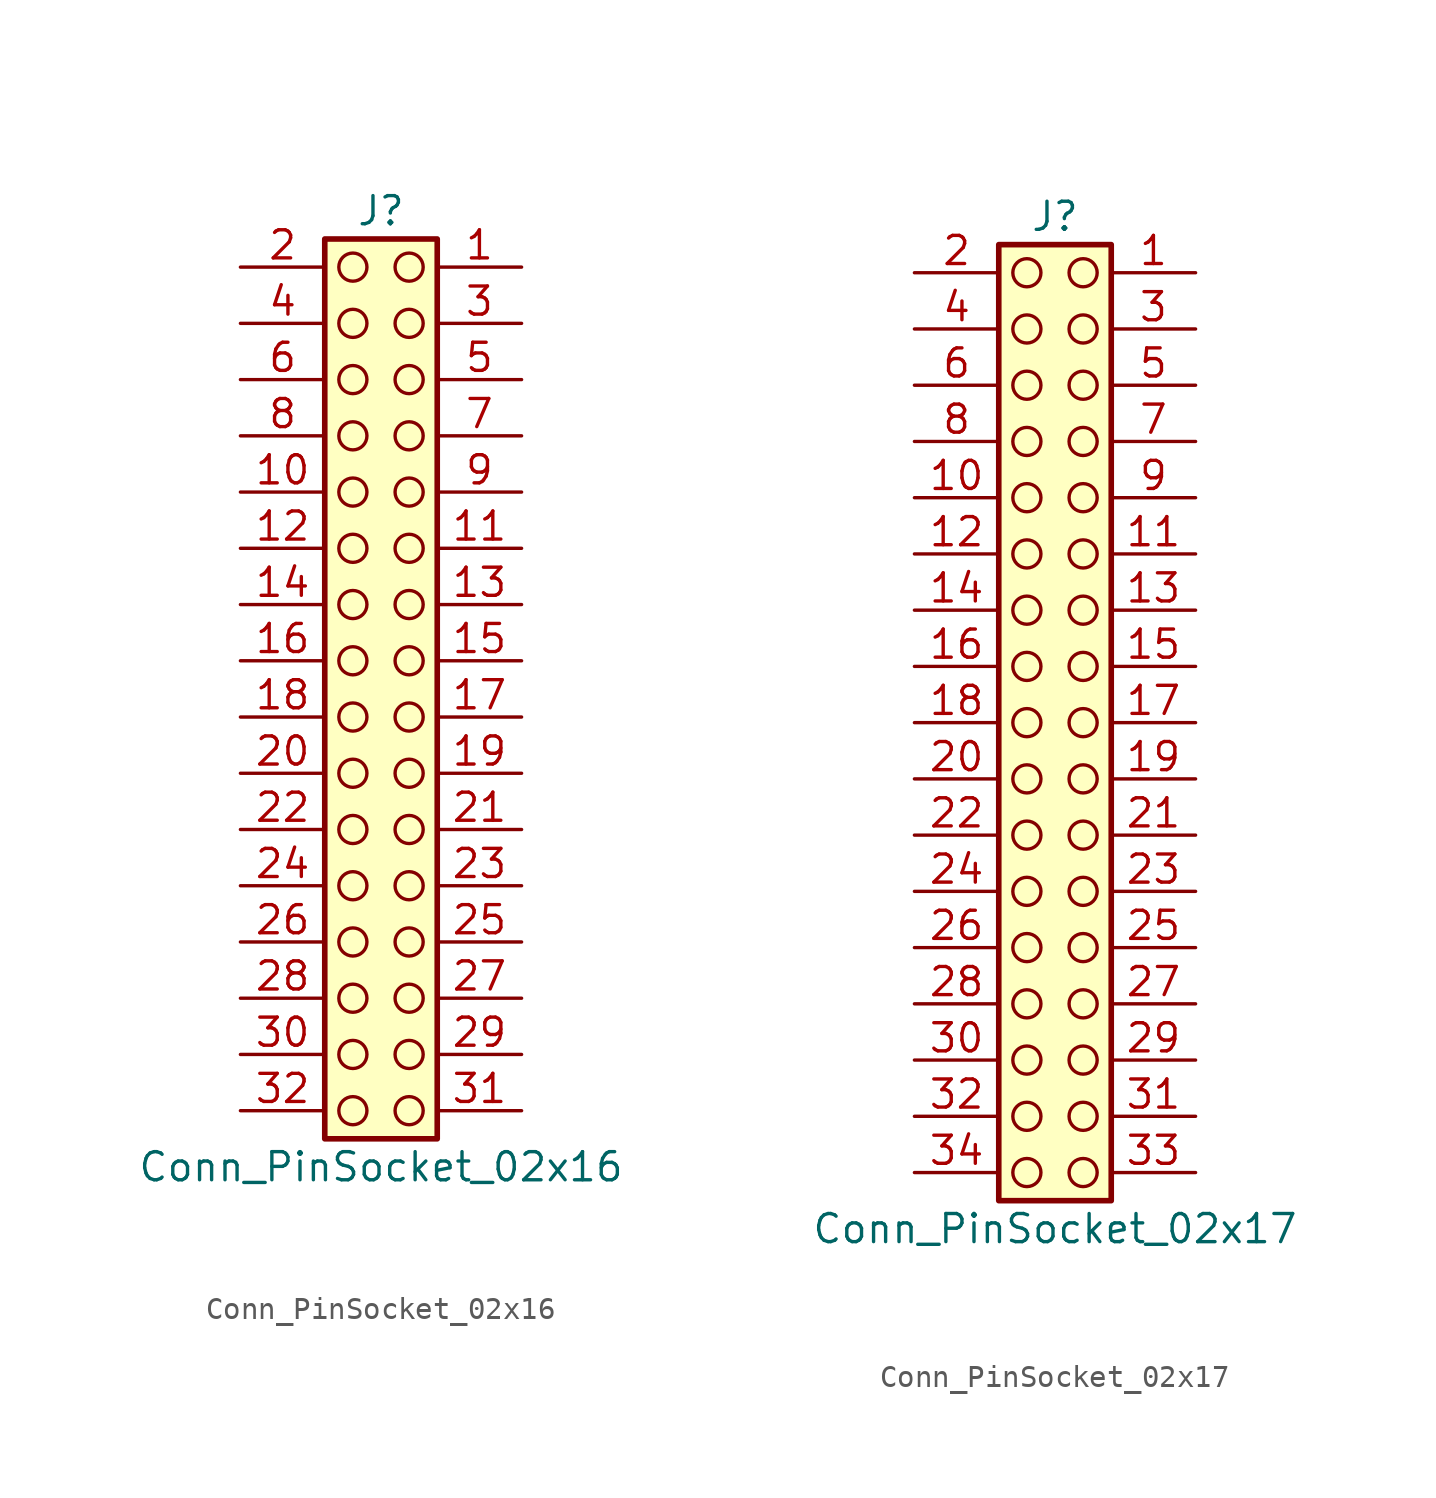
<source format=kicad_sym>
(kicad_symbol_lib
  (version 20241209)
  (generator "kicad_symbol_editor")
  (generator_version "9.0")
  (symbol "Conn_PinSocket_02x16"
    (pin_names
      (offset 1.016)
      (hide yes))
    (property "Reference" "J"
      (at 1.27 20.32 0)
      (effects (font (size 1.27 1.27))))
    (property "Value" "Conn_PinSocket_02x16"
      (at 1.27 -22.86 0)
      (effects (font (size 1.27 1.27))))
    (symbol "Conn_PinSocket_02x16_1_1"
      (rectangle (start -1.27 19.05) (end 3.81 -21.59) (stroke (width 0.254) (type default)) (fill (type background)))
      (circle (center 0 17.78) (radius 0.635) (stroke (width 0) (type solid) (color 132 0 0 1)) (fill (type none)))
      (circle (center 0 15.24) (radius 0.635) (stroke (width 0) (type solid) (color 132 0 0 1)) (fill (type none)))
      (circle (center 0 12.7) (radius 0.635) (stroke (width 0) (type solid) (color 132 0 0 1)) (fill (type none)))
      (circle (center 0 10.16) (radius 0.635) (stroke (width 0) (type solid) (color 132 0 0 1)) (fill (type none)))
      (circle (center 0 7.62) (radius 0.635) (stroke (width 0) (type solid) (color 132 0 0 1)) (fill (type none)))
      (circle (center 0 5.08) (radius 0.635) (stroke (width 0) (type solid) (color 132 0 0 1)) (fill (type none)))
      (circle (center 0 2.54) (radius 0.635) (stroke (width 0) (type solid) (color 132 0 0 1)) (fill (type none)))
      (circle (center 0 0) (radius 0.635) (stroke (width 0) (type solid) (color 132 0 0 1)) (fill (type none)))
      (circle (center 0 -2.54) (radius 0.635) (stroke (width 0) (type solid) (color 132 0 0 1)) (fill (type none)))
      (circle (center 0 -5.08) (radius 0.635) (stroke (width 0) (type solid) (color 132 0 0 1)) (fill (type none)))
      (circle (center 0 -7.62) (radius 0.635) (stroke (width 0) (type solid) (color 132 0 0 1)) (fill (type none)))
      (circle (center 0 -10.16) (radius 0.635) (stroke (width 0) (type solid) (color 132 0 0 1)) (fill (type none)))
      (circle (center 0 -12.7) (radius 0.635) (stroke (width 0) (type solid) (color 132 0 0 1)) (fill (type none)))
      (circle (center 0 -15.24) (radius 0.635) (stroke (width 0) (type solid) (color 132 0 0 1)) (fill (type none)))
      (circle (center 0 -17.78) (radius 0.635) (stroke (width 0) (type solid) (color 132 0 0 1)) (fill (type none)))
      (circle (center 0 -20.32) (radius 0.635) (stroke (width 0) (type solid) (color 132 0 0 1)) (fill (type none)))
      (circle (center 2.54 17.78) (radius 0.635) (stroke (width 0) (type solid) (color 132 0 0 1)) (fill (type none)))
      (circle (center 2.54 15.24) (radius 0.635) (stroke (width 0) (type solid) (color 132 0 0 1)) (fill (type none)))
      (circle (center 2.54 12.7) (radius 0.635) (stroke (width 0) (type solid) (color 132 0 0 1)) (fill (type none)))
      (circle (center 2.54 10.16) (radius 0.635) (stroke (width 0) (type solid) (color 132 0 0 1)) (fill (type none)))
      (circle (center 2.54 7.62) (radius 0.635) (stroke (width 0) (type solid) (color 132 0 0 1)) (fill (type none)))
      (circle (center 2.54 5.08) (radius 0.635) (stroke (width 0) (type solid) (color 132 0 0 1)) (fill (type none)))
      (circle (center 2.54 2.54) (radius 0.635) (stroke (width 0) (type solid) (color 132 0 0 1)) (fill (type none)))
      (circle (center 2.54 0) (radius 0.635) (stroke (width 0) (type solid) (color 132 0 0 1)) (fill (type none)))
      (circle (center 2.54 -2.54) (radius 0.635) (stroke (width 0) (type solid) (color 132 0 0 1)) (fill (type none)))
      (circle (center 2.54 -5.08) (radius 0.635) (stroke (width 0) (type solid) (color 132 0 0 1)) (fill (type none)))
      (circle (center 2.54 -7.62) (radius 0.635) (stroke (width 0) (type solid) (color 132 0 0 1)) (fill (type none)))
      (circle (center 2.54 -10.16) (radius 0.635) (stroke (width 0) (type solid) (color 132 0 0 1)) (fill (type none)))
      (circle (center 2.54 -12.7) (radius 0.635) (stroke (width 0) (type solid) (color 132 0 0 1)) (fill (type none)))
      (circle (center 2.54 -15.24) (radius 0.635) (stroke (width 0) (type solid) (color 132 0 0 1)) (fill (type none)))
      (circle (center 2.54 -17.78) (radius 0.635) (stroke (width 0) (type solid) (color 132 0 0 1)) (fill (type none)))
      (circle (center 2.54 -20.32) (radius 0.635) (stroke (width 0) (type solid) (color 132 0 0 1)) (fill (type none)))
      (pin passive line (at -5.08 17.78 0) (length 3.81) (name "Pin_2" (effects (font (size 1.27 1.27)))) (number "2" (effects (font (size 1.27 1.27)))))
      (pin passive line (at -5.08 15.24 0) (length 3.81) (name "Pin_4" (effects (font (size 1.27 1.27)))) (number "4" (effects (font (size 1.27 1.27)))))
      (pin passive line (at -5.08 12.7 0) (length 3.81) (name "Pin_6" (effects (font (size 1.27 1.27)))) (number "6" (effects (font (size 1.27 1.27)))))
      (pin passive line (at -5.08 10.16 0) (length 3.81) (name "Pin_8" (effects (font (size 1.27 1.27)))) (number "8" (effects (font (size 1.27 1.27)))))
      (pin passive line (at -5.08 7.62 0) (length 3.81) (name "Pin_10" (effects (font (size 1.27 1.27)))) (number "10" (effects (font (size 1.27 1.27)))))
      (pin passive line (at -5.08 5.08 0) (length 3.81) (name "Pin_12" (effects (font (size 1.27 1.27)))) (number "12" (effects (font (size 1.27 1.27)))))
      (pin passive line (at -5.08 2.54 0) (length 3.81) (name "Pin_14" (effects (font (size 1.27 1.27)))) (number "14" (effects (font (size 1.27 1.27)))))
      (pin passive line (at -5.08 0 0) (length 3.81) (name "Pin_16" (effects (font (size 1.27 1.27)))) (number "16" (effects (font (size 1.27 1.27)))))
      (pin passive line (at -5.08 -2.54 0) (length 3.81) (name "Pin_18" (effects (font (size 1.27 1.27)))) (number "18" (effects (font (size 1.27 1.27)))))
      (pin passive line (at -5.08 -5.08 0) (length 3.81) (name "Pin_20" (effects (font (size 1.27 1.27)))) (number "20" (effects (font (size 1.27 1.27)))))
      (pin passive line (at -5.08 -7.62 0) (length 3.81) (name "Pin_22" (effects (font (size 1.27 1.27)))) (number "22" (effects (font (size 1.27 1.27)))))
      (pin passive line (at -5.08 -10.16 0) (length 3.81) (name "Pin_24" (effects (font (size 1.27 1.27)))) (number "24" (effects (font (size 1.27 1.27)))))
      (pin passive line (at -5.08 -12.7 0) (length 3.81) (name "Pin_26" (effects (font (size 1.27 1.27)))) (number "26" (effects (font (size 1.27 1.27)))))
      (pin passive line (at -5.08 -15.24 0) (length 3.81) (name "Pin_28" (effects (font (size 1.27 1.27)))) (number "28" (effects (font (size 1.27 1.27)))))
      (pin passive line (at -5.08 -17.78 0) (length 3.81) (name "Pin_30" (effects (font (size 1.27 1.27)))) (number "30" (effects (font (size 1.27 1.27)))))
      (pin passive line (at -5.08 -20.32 0) (length 3.81) (name "Pin_32" (effects (font (size 1.27 1.27)))) (number "32" (effects (font (size 1.27 1.27)))))
      (pin passive line (at 7.62 17.78 180) (length 3.81) (name "Pin_1" (effects (font (size 1.27 1.27)))) (number "1" (effects (font (size 1.27 1.27)))))
      (pin passive line (at 7.62 15.24 180) (length 3.81) (name "Pin_3" (effects (font (size 1.27 1.27)))) (number "3" (effects (font (size 1.27 1.27)))))
      (pin passive line (at 7.62 12.7 180) (length 3.81) (name "Pin_5" (effects (font (size 1.27 1.27)))) (number "5" (effects (font (size 1.27 1.27)))))
      (pin passive line (at 7.62 10.16 180) (length 3.81) (name "Pin_7" (effects (font (size 1.27 1.27)))) (number "7" (effects (font (size 1.27 1.27)))))
      (pin passive line (at 7.62 7.62 180) (length 3.81) (name "Pin_9" (effects (font (size 1.27 1.27)))) (number "9" (effects (font (size 1.27 1.27)))))
      (pin passive line (at 7.62 5.08 180) (length 3.81) (name "Pin_11" (effects (font (size 1.27 1.27)))) (number "11" (effects (font (size 1.27 1.27)))))
      (pin passive line (at 7.62 2.54 180) (length 3.81) (name "Pin_13" (effects (font (size 1.27 1.27)))) (number "13" (effects (font (size 1.27 1.27)))))
      (pin passive line (at 7.62 0 180) (length 3.81) (name "Pin_15" (effects (font (size 1.27 1.27)))) (number "15" (effects (font (size 1.27 1.27)))))
      (pin passive line (at 7.62 -2.54 180) (length 3.81) (name "Pin_17" (effects (font (size 1.27 1.27)))) (number "17" (effects (font (size 1.27 1.27)))))
      (pin passive line (at 7.62 -5.08 180) (length 3.81) (name "Pin_19" (effects (font (size 1.27 1.27)))) (number "19" (effects (font (size 1.27 1.27)))))
      (pin passive line (at 7.62 -7.62 180) (length 3.81) (name "Pin_21" (effects (font (size 1.27 1.27)))) (number "21" (effects (font (size 1.27 1.27)))))
      (pin passive line (at 7.62 -10.16 180) (length 3.81) (name "Pin_23" (effects (font (size 1.27 1.27)))) (number "23" (effects (font (size 1.27 1.27)))))
      (pin passive line (at 7.62 -12.7 180) (length 3.81) (name "Pin_25" (effects (font (size 1.27 1.27)))) (number "25" (effects (font (size 1.27 1.27)))))
      (pin passive line (at 7.62 -15.24 180) (length 3.81) (name "Pin_27" (effects (font (size 1.27 1.27)))) (number "27" (effects (font (size 1.27 1.27)))))
      (pin passive line (at 7.62 -17.78 180) (length 3.81) (name "Pin_29" (effects (font (size 1.27 1.27)))) (number "29" (effects (font (size 1.27 1.27)))))
      (pin passive line (at 7.62 -20.32 180) (length 3.81) (name "Pin_31" (effects (font (size 1.27 1.27)))) (number "31" (effects (font (size 1.27 1.27)))))))
  (symbol "Conn_PinSocket_02x17"
    (pin_names
      (offset 1.016)
      (hide yes))
    (property "Reference" "J"
      (at 1.27 22.86 0)
      (effects (font (size 1.27 1.27))))
    (property "Value" "Conn_PinSocket_02x17"
      (at 1.27 -22.86 0)
      (effects (font (size 1.27 1.27))))
    (symbol "Conn_PinSocket_02x17_1_1"
      (rectangle (start -1.27 21.59) (end 3.81 -21.59) (stroke (width 0.254) (type default)) (fill (type background)))
      (circle (center 0 20.32) (radius 0.635) (stroke (width 0) (type solid) (color 132 0 0 1)) (fill (type none)))
      (circle (center 0 17.78) (radius 0.635) (stroke (width 0) (type solid) (color 132 0 0 1)) (fill (type none)))
      (circle (center 0 15.24) (radius 0.635) (stroke (width 0) (type solid) (color 132 0 0 1)) (fill (type none)))
      (circle (center 0 12.7) (radius 0.635) (stroke (width 0) (type solid) (color 132 0 0 1)) (fill (type none)))
      (circle (center 0 10.16) (radius 0.635) (stroke (width 0) (type solid) (color 132 0 0 1)) (fill (type none)))
      (circle (center 0 7.62) (radius 0.635) (stroke (width 0) (type solid) (color 132 0 0 1)) (fill (type none)))
      (circle (center 0 5.08) (radius 0.635) (stroke (width 0) (type solid) (color 132 0 0 1)) (fill (type none)))
      (circle (center 0 2.54) (radius 0.635) (stroke (width 0) (type solid) (color 132 0 0 1)) (fill (type none)))
      (circle (center 0 0) (radius 0.635) (stroke (width 0) (type solid) (color 132 0 0 1)) (fill (type none)))
      (circle (center 0 -2.54) (radius 0.635) (stroke (width 0) (type solid) (color 132 0 0 1)) (fill (type none)))
      (circle (center 0 -5.08) (radius 0.635) (stroke (width 0) (type solid) (color 132 0 0 1)) (fill (type none)))
      (circle (center 0 -7.62) (radius 0.635) (stroke (width 0) (type solid) (color 132 0 0 1)) (fill (type none)))
      (circle (center 0 -10.16) (radius 0.635) (stroke (width 0) (type solid) (color 132 0 0 1)) (fill (type none)))
      (circle (center 0 -12.7) (radius 0.635) (stroke (width 0) (type solid) (color 132 0 0 1)) (fill (type none)))
      (circle (center 0 -15.24) (radius 0.635) (stroke (width 0) (type solid) (color 132 0 0 1)) (fill (type none)))
      (circle (center 0 -17.78) (radius 0.635) (stroke (width 0) (type solid) (color 132 0 0 1)) (fill (type none)))
      (circle (center 0 -20.32) (radius 0.635) (stroke (width 0) (type solid) (color 132 0 0 1)) (fill (type none)))
      (circle (center 2.54 20.32) (radius 0.635) (stroke (width 0) (type solid) (color 132 0 0 1)) (fill (type none)))
      (circle (center 2.54 17.78) (radius 0.635) (stroke (width 0) (type solid) (color 132 0 0 1)) (fill (type none)))
      (circle (center 2.54 15.24) (radius 0.635) (stroke (width 0) (type solid) (color 132 0 0 1)) (fill (type none)))
      (circle (center 2.54 12.7) (radius 0.635) (stroke (width 0) (type solid) (color 132 0 0 1)) (fill (type none)))
      (circle (center 2.54 10.16) (radius 0.635) (stroke (width 0) (type solid) (color 132 0 0 1)) (fill (type none)))
      (circle (center 2.54 7.62) (radius 0.635) (stroke (width 0) (type solid) (color 132 0 0 1)) (fill (type none)))
      (circle (center 2.54 5.08) (radius 0.635) (stroke (width 0) (type solid) (color 132 0 0 1)) (fill (type none)))
      (circle (center 2.54 2.54) (radius 0.635) (stroke (width 0) (type solid) (color 132 0 0 1)) (fill (type none)))
      (circle (center 2.54 0) (radius 0.635) (stroke (width 0) (type solid) (color 132 0 0 1)) (fill (type none)))
      (circle (center 2.54 -2.54) (radius 0.635) (stroke (width 0) (type solid) (color 132 0 0 1)) (fill (type none)))
      (circle (center 2.54 -5.08) (radius 0.635) (stroke (width 0) (type solid) (color 132 0 0 1)) (fill (type none)))
      (circle (center 2.54 -7.62) (radius 0.635) (stroke (width 0) (type solid) (color 132 0 0 1)) (fill (type none)))
      (circle (center 2.54 -10.16) (radius 0.635) (stroke (width 0) (type solid) (color 132 0 0 1)) (fill (type none)))
      (circle (center 2.54 -12.7) (radius 0.635) (stroke (width 0) (type solid) (color 132 0 0 1)) (fill (type none)))
      (circle (center 2.54 -15.24) (radius 0.635) (stroke (width 0) (type solid) (color 132 0 0 1)) (fill (type none)))
      (circle (center 2.54 -17.78) (radius 0.635) (stroke (width 0) (type solid) (color 132 0 0 1)) (fill (type none)))
      (circle (center 2.54 -20.32) (radius 0.635) (stroke (width 0) (type solid) (color 132 0 0 1)) (fill (type none)))
      (pin passive line (at -5.08 20.32 0) (length 3.81) (name "Pin_2" (effects (font (size 1.27 1.27)))) (number "2" (effects (font (size 1.27 1.27)))))
      (pin passive line (at -5.08 17.78 0) (length 3.81) (name "Pin_4" (effects (font (size 1.27 1.27)))) (number "4" (effects (font (size 1.27 1.27)))))
      (pin passive line (at -5.08 15.24 0) (length 3.81) (name "Pin_6" (effects (font (size 1.27 1.27)))) (number "6" (effects (font (size 1.27 1.27)))))
      (pin passive line (at -5.08 12.7 0) (length 3.81) (name "Pin_8" (effects (font (size 1.27 1.27)))) (number "8" (effects (font (size 1.27 1.27)))))
      (pin passive line (at -5.08 10.16 0) (length 3.81) (name "Pin_10" (effects (font (size 1.27 1.27)))) (number "10" (effects (font (size 1.27 1.27)))))
      (pin passive line (at -5.08 7.62 0) (length 3.81) (name "Pin_12" (effects (font (size 1.27 1.27)))) (number "12" (effects (font (size 1.27 1.27)))))
      (pin passive line (at -5.08 5.08 0) (length 3.81) (name "Pin_14" (effects (font (size 1.27 1.27)))) (number "14" (effects (font (size 1.27 1.27)))))
      (pin passive line (at -5.08 2.54 0) (length 3.81) (name "Pin_16" (effects (font (size 1.27 1.27)))) (number "16" (effects (font (size 1.27 1.27)))))
      (pin passive line (at -5.08 0 0) (length 3.81) (name "Pin_18" (effects (font (size 1.27 1.27)))) (number "18" (effects (font (size 1.27 1.27)))))
      (pin passive line (at -5.08 -2.54 0) (length 3.81) (name "Pin_20" (effects (font (size 1.27 1.27)))) (number "20" (effects (font (size 1.27 1.27)))))
      (pin passive line (at -5.08 -5.08 0) (length 3.81) (name "Pin_22" (effects (font (size 1.27 1.27)))) (number "22" (effects (font (size 1.27 1.27)))))
      (pin passive line (at -5.08 -7.62 0) (length 3.81) (name "Pin_24" (effects (font (size 1.27 1.27)))) (number "24" (effects (font (size 1.27 1.27)))))
      (pin passive line (at -5.08 -10.16 0) (length 3.81) (name "Pin_26" (effects (font (size 1.27 1.27)))) (number "26" (effects (font (size 1.27 1.27)))))
      (pin passive line (at -5.08 -12.7 0) (length 3.81) (name "Pin_28" (effects (font (size 1.27 1.27)))) (number "28" (effects (font (size 1.27 1.27)))))
      (pin passive line (at -5.08 -15.24 0) (length 3.81) (name "Pin_30" (effects (font (size 1.27 1.27)))) (number "30" (effects (font (size 1.27 1.27)))))
      (pin passive line (at -5.08 -17.78 0) (length 3.81) (name "Pin_32" (effects (font (size 1.27 1.27)))) (number "32" (effects (font (size 1.27 1.27)))))
      (pin passive line (at -5.08 -20.32 0) (length 3.81) (name "Pin_34" (effects (font (size 1.27 1.27)))) (number "34" (effects (font (size 1.27 1.27)))))
      (pin passive line (at 7.62 20.32 180) (length 3.81) (name "Pin_1" (effects (font (size 1.27 1.27)))) (number "1" (effects (font (size 1.27 1.27)))))
      (pin passive line (at 7.62 17.78 180) (length 3.81) (name "Pin_3" (effects (font (size 1.27 1.27)))) (number "3" (effects (font (size 1.27 1.27)))))
      (pin passive line (at 7.62 15.24 180) (length 3.81) (name "Pin_5" (effects (font (size 1.27 1.27)))) (number "5" (effects (font (size 1.27 1.27)))))
      (pin passive line (at 7.62 12.7 180) (length 3.81) (name "Pin_7" (effects (font (size 1.27 1.27)))) (number "7" (effects (font (size 1.27 1.27)))))
      (pin passive line (at 7.62 10.16 180) (length 3.81) (name "Pin_9" (effects (font (size 1.27 1.27)))) (number "9" (effects (font (size 1.27 1.27)))))
      (pin passive line (at 7.62 7.62 180) (length 3.81) (name "Pin_11" (effects (font (size 1.27 1.27)))) (number "11" (effects (font (size 1.27 1.27)))))
      (pin passive line (at 7.62 5.08 180) (length 3.81) (name "Pin_13" (effects (font (size 1.27 1.27)))) (number "13" (effects (font (size 1.27 1.27)))))
      (pin passive line (at 7.62 2.54 180) (length 3.81) (name "Pin_15" (effects (font (size 1.27 1.27)))) (number "15" (effects (font (size 1.27 1.27)))))
      (pin passive line (at 7.62 0 180) (length 3.81) (name "Pin_17" (effects (font (size 1.27 1.27)))) (number "17" (effects (font (size 1.27 1.27)))))
      (pin passive line (at 7.62 -2.54 180) (length 3.81) (name "Pin_19" (effects (font (size 1.27 1.27)))) (number "19" (effects (font (size 1.27 1.27)))))
      (pin passive line (at 7.62 -5.08 180) (length 3.81) (name "Pin_21" (effects (font (size 1.27 1.27)))) (number "21" (effects (font (size 1.27 1.27)))))
      (pin passive line (at 7.62 -7.62 180) (length 3.81) (name "Pin_23" (effects (font (size 1.27 1.27)))) (number "23" (effects (font (size 1.27 1.27)))))
      (pin passive line (at 7.62 -10.16 180) (length 3.81) (name "Pin_25" (effects (font (size 1.27 1.27)))) (number "25" (effects (font (size 1.27 1.27)))))
      (pin passive line (at 7.62 -12.7 180) (length 3.81) (name "Pin_27" (effects (font (size 1.27 1.27)))) (number "27" (effects (font (size 1.27 1.27)))))
      (pin passive line (at 7.62 -15.24 180) (length 3.81) (name "Pin_29" (effects (font (size 1.27 1.27)))) (number "29" (effects (font (size 1.27 1.27)))))
      (pin passive line (at 7.62 -17.78 180) (length 3.81) (name "Pin_31" (effects (font (size 1.27 1.27)))) (number "31" (effects (font (size 1.27 1.27)))))
      (pin passive line (at 7.62 -20.32 180) (length 3.81) (name "Pin_33" (effects (font (size 1.27 1.27)))) (number "33" (effects (font (size 1.27 1.27))))))))
</source>
